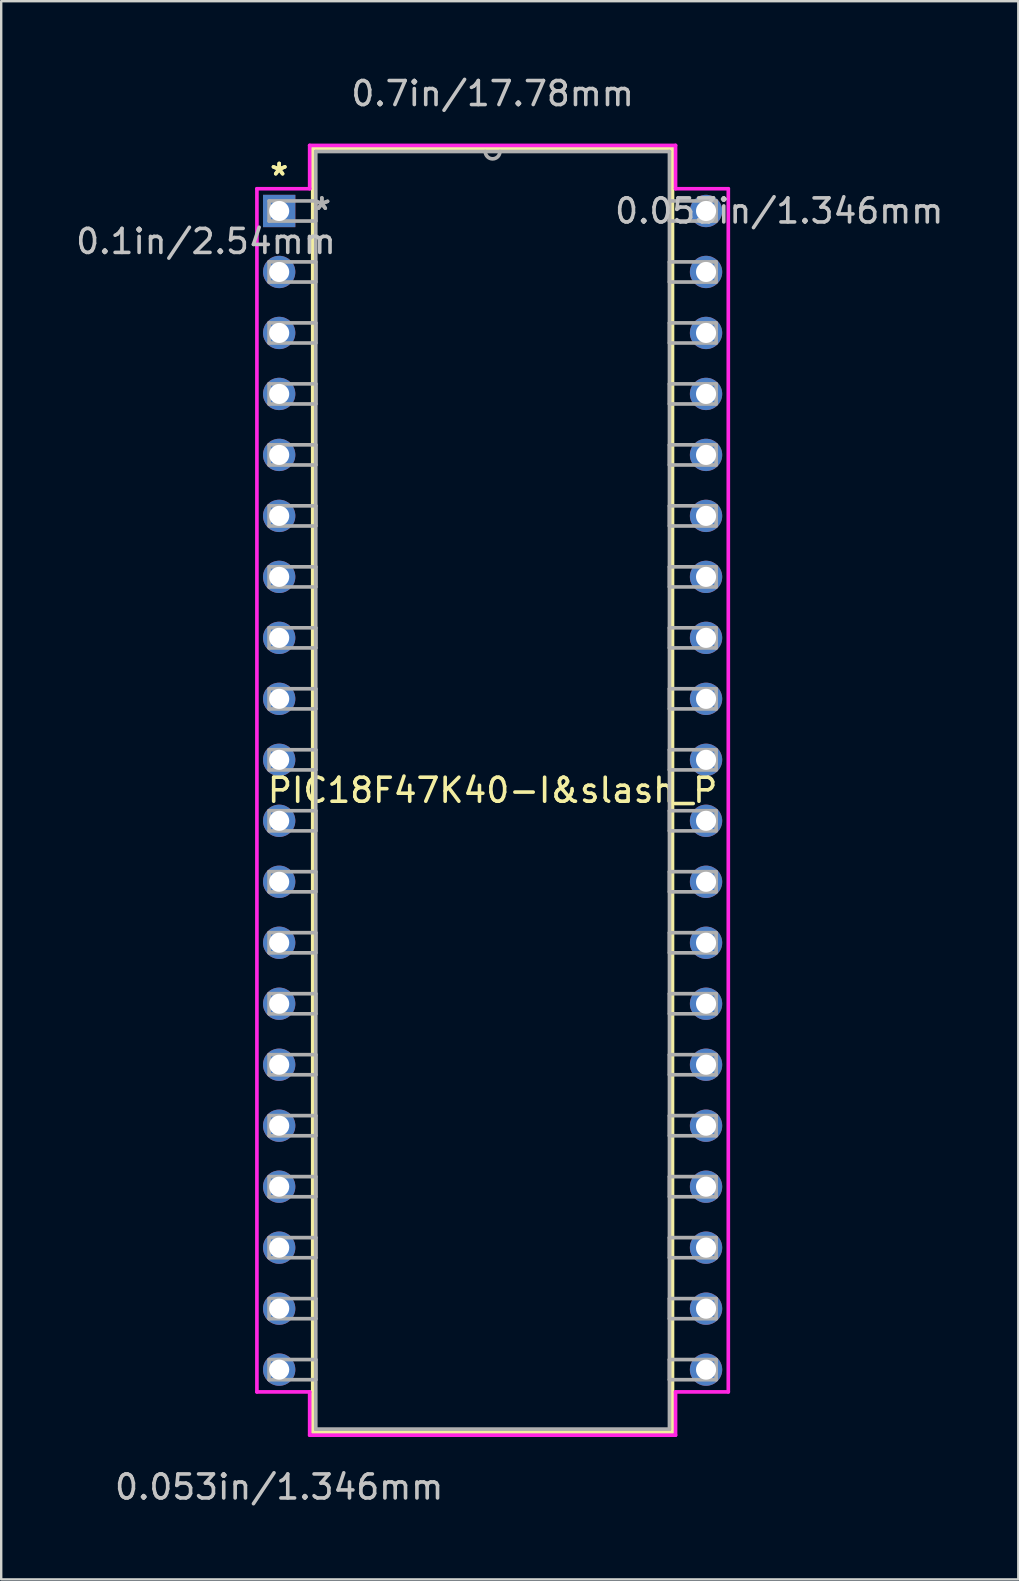
<source format=kicad_pcb>
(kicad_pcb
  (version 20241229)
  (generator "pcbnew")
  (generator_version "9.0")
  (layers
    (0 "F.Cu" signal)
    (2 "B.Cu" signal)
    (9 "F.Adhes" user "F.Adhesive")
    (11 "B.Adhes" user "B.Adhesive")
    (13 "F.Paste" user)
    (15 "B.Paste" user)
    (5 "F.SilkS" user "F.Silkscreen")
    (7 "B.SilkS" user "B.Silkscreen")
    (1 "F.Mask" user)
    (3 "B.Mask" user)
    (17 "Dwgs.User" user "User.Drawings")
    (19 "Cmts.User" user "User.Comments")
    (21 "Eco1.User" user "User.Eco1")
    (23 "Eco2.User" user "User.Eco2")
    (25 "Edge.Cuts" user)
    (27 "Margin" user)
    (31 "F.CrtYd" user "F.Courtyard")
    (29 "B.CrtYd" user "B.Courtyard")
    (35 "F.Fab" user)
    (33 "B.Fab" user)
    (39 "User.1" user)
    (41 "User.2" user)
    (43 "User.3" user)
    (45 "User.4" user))
  (footprint "PIC18F47K40-I&slash_P"
    (layer "F.Cu")
    (at 8.578 5.738)
    (property "Reference" "PIC18F47K40-I&slash_P" (at 8.89 24.13 0) (layer "F.SilkS") (effects (font (size 1 1) (thickness 0.15))))
    (attr through_hole)
    (fp_line (start 1.397 -2.603) (end 1.397 50.864) (stroke (width 0.152) (type solid)) (layer "F.SilkS"))
    (fp_line (start 1.397 50.864) (end 16.383 50.864) (stroke (width 0.152) (type solid)) (layer "F.SilkS"))
    (fp_line (start 16.383 -2.603) (end 1.397 -2.603) (stroke (width 0.152) (type solid)) (layer "F.SilkS"))
    (fp_line (start 16.383 50.864) (end 16.383 -2.603) (stroke (width 0.152) (type solid)) (layer "F.SilkS"))
    (fp_line (start -0.927 -0.927) (end -0.927 49.187) (stroke (width 0.152) (type solid)) (layer "F.CrtYd"))
    (fp_line (start -0.927 49.187) (end 1.27 49.187) (stroke (width 0.152) (type solid)) (layer "F.CrtYd"))
    (fp_line (start 1.27 -2.731) (end 1.27 -0.927) (stroke (width 0.152) (type solid)) (layer "F.CrtYd"))
    (fp_line (start 1.27 -0.927) (end -0.927 -0.927) (stroke (width 0.152) (type solid)) (layer "F.CrtYd"))
    (fp_line (start 1.27 49.187) (end 1.27 50.99) (stroke (width 0.152) (type solid)) (layer "F.CrtYd"))
    (fp_line (start 1.27 50.99) (end 16.51 50.99) (stroke (width 0.152) (type solid)) (layer "F.CrtYd"))
    (fp_line (start 16.51 -2.731) (end 1.27 -2.731) (stroke (width 0.152) (type solid)) (layer "F.CrtYd"))
    (fp_line (start 16.51 -0.927) (end 16.51 -2.731) (stroke (width 0.152) (type solid)) (layer "F.CrtYd"))
    (fp_line (start 16.51 49.187) (end 18.707 49.187) (stroke (width 0.152) (type solid)) (layer "F.CrtYd"))
    (fp_line (start 16.51 50.99) (end 16.51 49.187) (stroke (width 0.152) (type solid)) (layer "F.CrtYd"))
    (fp_line (start 18.707 -0.927) (end 16.51 -0.927) (stroke (width 0.152) (type solid)) (layer "F.CrtYd"))
    (fp_line (start 18.707 49.187) (end 18.707 -0.927) (stroke (width 0.152) (type solid)) (layer "F.CrtYd"))
    (fp_line (start -0.419 -0.419) (end -0.419 0.419) (stroke (width 0.152) (type solid)) (layer "F.Fab"))
    (fp_line (start -0.419 0.419) (end 1.524 0.419) (stroke (width 0.152) (type solid)) (layer "F.Fab"))
    (fp_line (start -0.419 2.121) (end -0.419 2.959) (stroke (width 0.152) (type solid)) (layer "F.Fab"))
    (fp_line (start -0.419 2.959) (end 1.524 2.959) (stroke (width 0.152) (type solid)) (layer "F.Fab"))
    (fp_line (start -0.419 4.661) (end -0.419 5.499) (stroke (width 0.152) (type solid)) (layer "F.Fab"))
    (fp_line (start -0.419 5.499) (end 1.524 5.499) (stroke (width 0.152) (type solid)) (layer "F.Fab"))
    (fp_line (start -0.419 7.201) (end -0.419 8.039) (stroke (width 0.152) (type solid)) (layer "F.Fab"))
    (fp_line (start -0.419 8.039) (end 1.524 8.039) (stroke (width 0.152) (type solid)) (layer "F.Fab"))
    (fp_line (start -0.419 9.741) (end -0.419 10.579) (stroke (width 0.152) (type solid)) (layer "F.Fab"))
    (fp_line (start -0.419 10.579) (end 1.524 10.579) (stroke (width 0.152) (type solid)) (layer "F.Fab"))
    (fp_line (start -0.419 12.281) (end -0.419 13.119) (stroke (width 0.152) (type solid)) (layer "F.Fab"))
    (fp_line (start -0.419 13.119) (end 1.524 13.119) (stroke (width 0.152) (type solid)) (layer "F.Fab"))
    (fp_line (start -0.419 14.821) (end -0.419 15.659) (stroke (width 0.152) (type solid)) (layer "F.Fab"))
    (fp_line (start -0.419 15.659) (end 1.524 15.659) (stroke (width 0.152) (type solid)) (layer "F.Fab"))
    (fp_line (start -0.419 17.361) (end -0.419 18.199) (stroke (width 0.152) (type solid)) (layer "F.Fab"))
    (fp_line (start -0.419 18.199) (end 1.524 18.199) (stroke (width 0.152) (type solid)) (layer "F.Fab"))
    (fp_line (start -0.419 19.901) (end -0.419 20.739) (stroke (width 0.152) (type solid)) (layer "F.Fab"))
    (fp_line (start -0.419 20.739) (end 1.524 20.739) (stroke (width 0.152) (type solid)) (layer "F.Fab"))
    (fp_line (start -0.419 22.441) (end -0.419 23.279) (stroke (width 0.152) (type solid)) (layer "F.Fab"))
    (fp_line (start -0.419 23.279) (end 1.524 23.279) (stroke (width 0.152) (type solid)) (layer "F.Fab"))
    (fp_line (start -0.419 24.981) (end -0.419 25.819) (stroke (width 0.152) (type solid)) (layer "F.Fab"))
    (fp_line (start -0.419 25.819) (end 1.524 25.819) (stroke (width 0.152) (type solid)) (layer "F.Fab"))
    (fp_line (start -0.419 27.521) (end -0.419 28.359) (stroke (width 0.152) (type solid)) (layer "F.Fab"))
    (fp_line (start -0.419 28.359) (end 1.524 28.359) (stroke (width 0.152) (type solid)) (layer "F.Fab"))
    (fp_line (start -0.419 30.061) (end -0.419 30.899) (stroke (width 0.152) (type solid)) (layer "F.Fab"))
    (fp_line (start -0.419 30.899) (end 1.524 30.899) (stroke (width 0.152) (type solid)) (layer "F.Fab"))
    (fp_line (start -0.419 32.601) (end -0.419 33.439) (stroke (width 0.152) (type solid)) (layer "F.Fab"))
    (fp_line (start -0.419 33.439) (end 1.524 33.439) (stroke (width 0.152) (type solid)) (layer "F.Fab"))
    (fp_line (start -0.419 35.141) (end -0.419 35.979) (stroke (width 0.152) (type solid)) (layer "F.Fab"))
    (fp_line (start -0.419 35.979) (end 1.524 35.979) (stroke (width 0.152) (type solid)) (layer "F.Fab"))
    (fp_line (start -0.419 37.681) (end -0.419 38.519) (stroke (width 0.152) (type solid)) (layer "F.Fab"))
    (fp_line (start -0.419 38.519) (end 1.524 38.519) (stroke (width 0.152) (type solid)) (layer "F.Fab"))
    (fp_line (start -0.419 40.221) (end -0.419 41.059) (stroke (width 0.152) (type solid)) (layer "F.Fab"))
    (fp_line (start -0.419 41.059) (end 1.524 41.059) (stroke (width 0.152) (type solid)) (layer "F.Fab"))
    (fp_line (start -0.419 42.761) (end -0.419 43.599) (stroke (width 0.152) (type solid)) (layer "F.Fab"))
    (fp_line (start -0.419 43.599) (end 1.524 43.599) (stroke (width 0.152) (type solid)) (layer "F.Fab"))
    (fp_line (start -0.419 45.301) (end -0.419 46.139) (stroke (width 0.152) (type solid)) (layer "F.Fab"))
    (fp_line (start -0.419 46.139) (end 1.524 46.139) (stroke (width 0.152) (type solid)) (layer "F.Fab"))
    (fp_line (start -0.419 47.841) (end -0.419 48.679) (stroke (width 0.152) (type solid)) (layer "F.Fab"))
    (fp_line (start -0.419 48.679) (end 1.524 48.679) (stroke (width 0.152) (type solid)) (layer "F.Fab"))
    (fp_line (start 1.524 -2.477) (end 1.524 50.736) (stroke (width 0.152) (type solid)) (layer "F.Fab"))
    (fp_line (start 1.524 -0.419) (end -0.419 -0.419) (stroke (width 0.152) (type solid)) (layer "F.Fab"))
    (fp_line (start 1.524 0.419) (end 1.524 -0.419) (stroke (width 0.152) (type solid)) (layer "F.Fab"))
    (fp_line (start 1.524 2.121) (end -0.419 2.121) (stroke (width 0.152) (type solid)) (layer "F.Fab"))
    (fp_line (start 1.524 2.959) (end 1.524 2.121) (stroke (width 0.152) (type solid)) (layer "F.Fab"))
    (fp_line (start 1.524 4.661) (end -0.419 4.661) (stroke (width 0.152) (type solid)) (layer "F.Fab"))
    (fp_line (start 1.524 5.499) (end 1.524 4.661) (stroke (width 0.152) (type solid)) (layer "F.Fab"))
    (fp_line (start 1.524 7.201) (end -0.419 7.201) (stroke (width 0.152) (type solid)) (layer "F.Fab"))
    (fp_line (start 1.524 8.039) (end 1.524 7.201) (stroke (width 0.152) (type solid)) (layer "F.Fab"))
    (fp_line (start 1.524 9.741) (end -0.419 9.741) (stroke (width 0.152) (type solid)) (layer "F.Fab"))
    (fp_line (start 1.524 10.579) (end 1.524 9.741) (stroke (width 0.152) (type solid)) (layer "F.Fab"))
    (fp_line (start 1.524 12.281) (end -0.419 12.281) (stroke (width 0.152) (type solid)) (layer "F.Fab"))
    (fp_line (start 1.524 13.119) (end 1.524 12.281) (stroke (width 0.152) (type solid)) (layer "F.Fab"))
    (fp_line (start 1.524 14.821) (end -0.419 14.821) (stroke (width 0.152) (type solid)) (layer "F.Fab"))
    (fp_line (start 1.524 15.659) (end 1.524 14.821) (stroke (width 0.152) (type solid)) (layer "F.Fab"))
    (fp_line (start 1.524 17.361) (end -0.419 17.361) (stroke (width 0.152) (type solid)) (layer "F.Fab"))
    (fp_line (start 1.524 18.199) (end 1.524 17.361) (stroke (width 0.152) (type solid)) (layer "F.Fab"))
    (fp_line (start 1.524 19.901) (end -0.419 19.901) (stroke (width 0.152) (type solid)) (layer "F.Fab"))
    (fp_line (start 1.524 20.739) (end 1.524 19.901) (stroke (width 0.152) (type solid)) (layer "F.Fab"))
    (fp_line (start 1.524 22.441) (end -0.419 22.441) (stroke (width 0.152) (type solid)) (layer "F.Fab"))
    (fp_line (start 1.524 23.279) (end 1.524 22.441) (stroke (width 0.152) (type solid)) (layer "F.Fab"))
    (fp_line (start 1.524 24.981) (end -0.419 24.981) (stroke (width 0.152) (type solid)) (layer "F.Fab"))
    (fp_line (start 1.524 25.819) (end 1.524 24.981) (stroke (width 0.152) (type solid)) (layer "F.Fab"))
    (fp_line (start 1.524 27.521) (end -0.419 27.521) (stroke (width 0.152) (type solid)) (layer "F.Fab"))
    (fp_line (start 1.524 28.359) (end 1.524 27.521) (stroke (width 0.152) (type solid)) (layer "F.Fab"))
    (fp_line (start 1.524 30.061) (end -0.419 30.061) (stroke (width 0.152) (type solid)) (layer "F.Fab"))
    (fp_line (start 1.524 30.899) (end 1.524 30.061) (stroke (width 0.152) (type solid)) (layer "F.Fab"))
    (fp_line (start 1.524 32.601) (end -0.419 32.601) (stroke (width 0.152) (type solid)) (layer "F.Fab"))
    (fp_line (start 1.524 33.439) (end 1.524 32.601) (stroke (width 0.152) (type solid)) (layer "F.Fab"))
    (fp_line (start 1.524 35.141) (end -0.419 35.141) (stroke (width 0.152) (type solid)) (layer "F.Fab"))
    (fp_line (start 1.524 35.979) (end 1.524 35.141) (stroke (width 0.152) (type solid)) (layer "F.Fab"))
    (fp_line (start 1.524 37.681) (end -0.419 37.681) (stroke (width 0.152) (type solid)) (layer "F.Fab"))
    (fp_line (start 1.524 38.519) (end 1.524 37.681) (stroke (width 0.152) (type solid)) (layer "F.Fab"))
    (fp_line (start 1.524 40.221) (end -0.419 40.221) (stroke (width 0.152) (type solid)) (layer "F.Fab"))
    (fp_line (start 1.524 41.059) (end 1.524 40.221) (stroke (width 0.152) (type solid)) (layer "F.Fab"))
    (fp_line (start 1.524 42.761) (end -0.419 42.761) (stroke (width 0.152) (type solid)) (layer "F.Fab"))
    (fp_line (start 1.524 43.599) (end 1.524 42.761) (stroke (width 0.152) (type solid)) (layer "F.Fab"))
    (fp_line (start 1.524 45.301) (end -0.419 45.301) (stroke (width 0.152) (type solid)) (layer "F.Fab"))
    (fp_line (start 1.524 46.139) (end 1.524 45.301) (stroke (width 0.152) (type solid)) (layer "F.Fab"))
    (fp_line (start 1.524 47.841) (end -0.419 47.841) (stroke (width 0.152) (type solid)) (layer "F.Fab"))
    (fp_line (start 1.524 48.679) (end 1.524 47.841) (stroke (width 0.152) (type solid)) (layer "F.Fab"))
    (fp_line (start 1.524 50.736) (end 16.256 50.736) (stroke (width 0.152) (type solid)) (layer "F.Fab"))
    (fp_line (start 16.256 -2.477) (end 1.524 -2.477) (stroke (width 0.152) (type solid)) (layer "F.Fab"))
    (fp_line (start 16.256 -0.419) (end 16.256 0.419) (stroke (width 0.152) (type solid)) (layer "F.Fab"))
    (fp_line (start 16.256 0.419) (end 18.199 0.419) (stroke (width 0.152) (type solid)) (layer "F.Fab"))
    (fp_line (start 16.256 2.121) (end 16.256 2.959) (stroke (width 0.152) (type solid)) (layer "F.Fab"))
    (fp_line (start 16.256 2.959) (end 18.199 2.959) (stroke (width 0.152) (type solid)) (layer "F.Fab"))
    (fp_line (start 16.256 4.661) (end 16.256 5.499) (stroke (width 0.152) (type solid)) (layer "F.Fab"))
    (fp_line (start 16.256 5.499) (end 18.199 5.499) (stroke (width 0.152) (type solid)) (layer "F.Fab"))
    (fp_line (start 16.256 7.201) (end 16.256 8.039) (stroke (width 0.152) (type solid)) (layer "F.Fab"))
    (fp_line (start 16.256 8.039) (end 18.199 8.039) (stroke (width 0.152) (type solid)) (layer "F.Fab"))
    (fp_line (start 16.256 9.741) (end 16.256 10.579) (stroke (width 0.152) (type solid)) (layer "F.Fab"))
    (fp_line (start 16.256 10.579) (end 18.199 10.579) (stroke (width 0.152) (type solid)) (layer "F.Fab"))
    (fp_line (start 16.256 12.281) (end 16.256 13.119) (stroke (width 0.152) (type solid)) (layer "F.Fab"))
    (fp_line (start 16.256 13.119) (end 18.199 13.119) (stroke (width 0.152) (type solid)) (layer "F.Fab"))
    (fp_line (start 16.256 14.821) (end 16.256 15.659) (stroke (width 0.152) (type solid)) (layer "F.Fab"))
    (fp_line (start 16.256 15.659) (end 18.199 15.659) (stroke (width 0.152) (type solid)) (layer "F.Fab"))
    (fp_line (start 16.256 17.361) (end 16.256 18.199) (stroke (width 0.152) (type solid)) (layer "F.Fab"))
    (fp_line (start 16.256 18.199) (end 18.199 18.199) (stroke (width 0.152) (type solid)) (layer "F.Fab"))
    (fp_line (start 16.256 19.901) (end 16.256 20.739) (stroke (width 0.152) (type solid)) (layer "F.Fab"))
    (fp_line (start 16.256 20.739) (end 18.199 20.739) (stroke (width 0.152) (type solid)) (layer "F.Fab"))
    (fp_line (start 16.256 22.441) (end 16.256 23.279) (stroke (width 0.152) (type solid)) (layer "F.Fab"))
    (fp_line (start 16.256 23.279) (end 18.199 23.279) (stroke (width 0.152) (type solid)) (layer "F.Fab"))
    (fp_line (start 16.256 24.981) (end 16.256 25.819) (stroke (width 0.152) (type solid)) (layer "F.Fab"))
    (fp_line (start 16.256 25.819) (end 18.199 25.819) (stroke (width 0.152) (type solid)) (layer "F.Fab"))
    (fp_line (start 16.256 27.521) (end 16.256 28.359) (stroke (width 0.152) (type solid)) (layer "F.Fab"))
    (fp_line (start 16.256 28.359) (end 18.199 28.359) (stroke (width 0.152) (type solid)) (layer "F.Fab"))
    (fp_line (start 16.256 30.061) (end 16.256 30.899) (stroke (width 0.152) (type solid)) (layer "F.Fab"))
    (fp_line (start 16.256 30.899) (end 18.199 30.899) (stroke (width 0.152) (type solid)) (layer "F.Fab"))
    (fp_line (start 16.256 32.601) (end 16.256 33.439) (stroke (width 0.152) (type solid)) (layer "F.Fab"))
    (fp_line (start 16.256 33.439) (end 18.199 33.439) (stroke (width 0.152) (type solid)) (layer "F.Fab"))
    (fp_line (start 16.256 35.141) (end 16.256 35.979) (stroke (width 0.152) (type solid)) (layer "F.Fab"))
    (fp_line (start 16.256 35.979) (end 18.199 35.979) (stroke (width 0.152) (type solid)) (layer "F.Fab"))
    (fp_line (start 16.256 37.681) (end 16.256 38.519) (stroke (width 0.152) (type solid)) (layer "F.Fab"))
    (fp_line (start 16.256 38.519) (end 18.199 38.519) (stroke (width 0.152) (type solid)) (layer "F.Fab"))
    (fp_line (start 16.256 40.221) (end 16.256 41.059) (stroke (width 0.152) (type solid)) (layer "F.Fab"))
    (fp_line (start 16.256 41.059) (end 18.199 41.059) (stroke (width 0.152) (type solid)) (layer "F.Fab"))
    (fp_line (start 16.256 42.761) (end 16.256 43.599) (stroke (width 0.152) (type solid)) (layer "F.Fab"))
    (fp_line (start 16.256 43.599) (end 18.199 43.599) (stroke (width 0.152) (type solid)) (layer "F.Fab"))
    (fp_line (start 16.256 45.301) (end 16.256 46.139) (stroke (width 0.152) (type solid)) (layer "F.Fab"))
    (fp_line (start 16.256 46.139) (end 18.199 46.139) (stroke (width 0.152) (type solid)) (layer "F.Fab"))
    (fp_line (start 16.256 47.841) (end 16.256 48.679) (stroke (width 0.152) (type solid)) (layer "F.Fab"))
    (fp_line (start 16.256 48.679) (end 18.199 48.679) (stroke (width 0.152) (type solid)) (layer "F.Fab"))
    (fp_line (start 16.256 50.736) (end 16.256 -2.477) (stroke (width 0.152) (type solid)) (layer "F.Fab"))
    (fp_line (start 18.199 -0.419) (end 16.256 -0.419) (stroke (width 0.152) (type solid)) (layer "F.Fab"))
    (fp_line (start 18.199 0.419) (end 18.199 -0.419) (stroke (width 0.152) (type solid)) (layer "F.Fab"))
    (fp_line (start 18.199 2.121) (end 16.256 2.121) (stroke (width 0.152) (type solid)) (layer "F.Fab"))
    (fp_line (start 18.199 2.959) (end 18.199 2.121) (stroke (width 0.152) (type solid)) (layer "F.Fab"))
    (fp_line (start 18.199 4.661) (end 16.256 4.661) (stroke (width 0.152) (type solid)) (layer "F.Fab"))
    (fp_line (start 18.199 5.499) (end 18.199 4.661) (stroke (width 0.152) (type solid)) (layer "F.Fab"))
    (fp_line (start 18.199 7.201) (end 16.256 7.201) (stroke (width 0.152) (type solid)) (layer "F.Fab"))
    (fp_line (start 18.199 8.039) (end 18.199 7.201) (stroke (width 0.152) (type solid)) (layer "F.Fab"))
    (fp_line (start 18.199 9.741) (end 16.256 9.741) (stroke (width 0.152) (type solid)) (layer "F.Fab"))
    (fp_line (start 18.199 10.579) (end 18.199 9.741) (stroke (width 0.152) (type solid)) (layer "F.Fab"))
    (fp_line (start 18.199 12.281) (end 16.256 12.281) (stroke (width 0.152) (type solid)) (layer "F.Fab"))
    (fp_line (start 18.199 13.119) (end 18.199 12.281) (stroke (width 0.152) (type solid)) (layer "F.Fab"))
    (fp_line (start 18.199 14.821) (end 16.256 14.821) (stroke (width 0.152) (type solid)) (layer "F.Fab"))
    (fp_line (start 18.199 15.659) (end 18.199 14.821) (stroke (width 0.152) (type solid)) (layer "F.Fab"))
    (fp_line (start 18.199 17.361) (end 16.256 17.361) (stroke (width 0.152) (type solid)) (layer "F.Fab"))
    (fp_line (start 18.199 18.199) (end 18.199 17.361) (stroke (width 0.152) (type solid)) (layer "F.Fab"))
    (fp_line (start 18.199 19.901) (end 16.256 19.901) (stroke (width 0.152) (type solid)) (layer "F.Fab"))
    (fp_line (start 18.199 20.739) (end 18.199 19.901) (stroke (width 0.152) (type solid)) (layer "F.Fab"))
    (fp_line (start 18.199 22.441) (end 16.256 22.441) (stroke (width 0.152) (type solid)) (layer "F.Fab"))
    (fp_line (start 18.199 23.279) (end 18.199 22.441) (stroke (width 0.152) (type solid)) (layer "F.Fab"))
    (fp_line (start 18.199 24.981) (end 16.256 24.981) (stroke (width 0.152) (type solid)) (layer "F.Fab"))
    (fp_line (start 18.199 25.819) (end 18.199 24.981) (stroke (width 0.152) (type solid)) (layer "F.Fab"))
    (fp_line (start 18.199 27.521) (end 16.256 27.521) (stroke (width 0.152) (type solid)) (layer "F.Fab"))
    (fp_line (start 18.199 28.359) (end 18.199 27.521) (stroke (width 0.152) (type solid)) (layer "F.Fab"))
    (fp_line (start 18.199 30.061) (end 16.256 30.061) (stroke (width 0.152) (type solid)) (layer "F.Fab"))
    (fp_line (start 18.199 30.899) (end 18.199 30.061) (stroke (width 0.152) (type solid)) (layer "F.Fab"))
    (fp_line (start 18.199 32.601) (end 16.256 32.601) (stroke (width 0.152) (type solid)) (layer "F.Fab"))
    (fp_line (start 18.199 33.439) (end 18.199 32.601) (stroke (width 0.152) (type solid)) (layer "F.Fab"))
    (fp_line (start 18.199 35.141) (end 16.256 35.141) (stroke (width 0.152) (type solid)) (layer "F.Fab"))
    (fp_line (start 18.199 35.979) (end 18.199 35.141) (stroke (width 0.152) (type solid)) (layer "F.Fab"))
    (fp_line (start 18.199 37.681) (end 16.256 37.681) (stroke (width 0.152) (type solid)) (layer "F.Fab"))
    (fp_line (start 18.199 38.519) (end 18.199 37.681) (stroke (width 0.152) (type solid)) (layer "F.Fab"))
    (fp_line (start 18.199 40.221) (end 16.256 40.221) (stroke (width 0.152) (type solid)) (layer "F.Fab"))
    (fp_line (start 18.199 41.059) (end 18.199 40.221) (stroke (width 0.152) (type solid)) (layer "F.Fab"))
    (fp_line (start 18.199 42.761) (end 16.256 42.761) (stroke (width 0.152) (type solid)) (layer "F.Fab"))
    (fp_line (start 18.199 43.599) (end 18.199 42.761) (stroke (width 0.152) (type solid)) (layer "F.Fab"))
    (fp_line (start 18.199 45.301) (end 16.256 45.301) (stroke (width 0.152) (type solid)) (layer "F.Fab"))
    (fp_line (start 18.199 46.139) (end 18.199 45.301) (stroke (width 0.152) (type solid)) (layer "F.Fab"))
    (fp_line (start 18.199 47.841) (end 16.256 47.841) (stroke (width 0.152) (type solid)) (layer "F.Fab"))
    (fp_line (start 18.199 48.679) (end 18.199 47.841) (stroke (width 0.152) (type solid)) (layer "F.Fab"))
    (fp_arc (start 9.1948 -2.4765) (mid 8.89 -2.1717) (end 8.5852 -2.4765) (stroke (width 0.1524) (type solid)) (layer "F.Fab"))
    (fp_text user "*" (at 0 -1.435 0) (layer "F.SilkS") (effects (font (size 1 1) (thickness 0.15))))
    (fp_text user "*" (at 0 -1.435 0) (layer "F.SilkS") (effects (font (size 1 1) (thickness 0.15))))
    (fp_text user "0.1in/2.54mm" (at -3.048 1.27 0) (layer "Dwgs.User") (effects (font (size 1 1) (thickness 0.15))))
    (fp_text user "0.7in/17.78mm" (at 8.89 -4.889 0) (layer "Dwgs.User") (effects (font (size 1 1) (thickness 0.15))))
    (fp_text user "0.053in/1.346mm" (at 0 53.15 0) (layer "Dwgs.User") (effects (font (size 1 1) (thickness 0.15))))
    (fp_text user "0.053in/1.346mm" (at 20.828 0 0) (layer "Dwgs.User") (effects (font (size 1 1) (thickness 0.15))))
    (fp_text user "Copyright 2016 Accelerated Designs. All rights reserved." (at 0 0 0) (layer "Cmts.User") (effects (font (size 0.127 0.127) (thickness 0.002))))
    (fp_text user "*" (at 1.778 0 0) (layer "F.Fab") (effects (font (size 1 1) (thickness 0.15))))
    (fp_text user "*" (at 1.778 0 0) (layer "F.Fab") (effects (font (size 1 1) (thickness 0.15))))
    (pad "1" thru_hole rect (at 0 0) (size 1.346 1.346) (drill 0.838) (layers "*.Cu" "*.Mask"))
    (pad "2" thru_hole circle (at 0 2.54) (size 1.346 1.346) (drill 0.838) (layers "*.Cu" "*.Mask"))
    (pad "3" thru_hole circle (at 0 5.08) (size 1.346 1.346) (drill 0.838) (layers "*.Cu" "*.Mask"))
    (pad "4" thru_hole circle (at 0 7.62) (size 1.346 1.346) (drill 0.838) (layers "*.Cu" "*.Mask"))
    (pad "5" thru_hole circle (at 0 10.16) (size 1.346 1.346) (drill 0.838) (layers "*.Cu" "*.Mask"))
    (pad "6" thru_hole circle (at 0 12.7) (size 1.346 1.346) (drill 0.838) (layers "*.Cu" "*.Mask"))
    (pad "7" thru_hole circle (at 0 15.24) (size 1.346 1.346) (drill 0.838) (layers "*.Cu" "*.Mask"))
    (pad "8" thru_hole circle (at 0 17.78) (size 1.346 1.346) (drill 0.838) (layers "*.Cu" "*.Mask"))
    (pad "9" thru_hole circle (at 0 20.32) (size 1.346 1.346) (drill 0.838) (layers "*.Cu" "*.Mask"))
    (pad "10" thru_hole circle (at 0 22.86) (size 1.346 1.346) (drill 0.838) (layers "*.Cu" "*.Mask"))
    (pad "11" thru_hole circle (at 0 25.4) (size 1.346 1.346) (drill 0.838) (layers "*.Cu" "*.Mask"))
    (pad "12" thru_hole circle (at 0 27.94) (size 1.346 1.346) (drill 0.838) (layers "*.Cu" "*.Mask"))
    (pad "13" thru_hole circle (at 0 30.48) (size 1.346 1.346) (drill 0.838) (layers "*.Cu" "*.Mask"))
    (pad "14" thru_hole circle (at 0 33.02) (size 1.346 1.346) (drill 0.838) (layers "*.Cu" "*.Mask"))
    (pad "15" thru_hole circle (at 0 35.56) (size 1.346 1.346) (drill 0.838) (layers "*.Cu" "*.Mask"))
    (pad "16" thru_hole circle (at 0 38.1) (size 1.346 1.346) (drill 0.838) (layers "*.Cu" "*.Mask"))
    (pad "17" thru_hole circle (at 0 40.64) (size 1.346 1.346) (drill 0.838) (layers "*.Cu" "*.Mask"))
    (pad "18" thru_hole circle (at 0 43.18) (size 1.346 1.346) (drill 0.838) (layers "*.Cu" "*.Mask"))
    (pad "19" thru_hole circle (at 0 45.72) (size 1.346 1.346) (drill 0.838) (layers "*.Cu" "*.Mask"))
    (pad "20" thru_hole circle (at 0 48.26) (size 1.346 1.346) (drill 0.838) (layers "*.Cu" "*.Mask"))
    (pad "21" thru_hole circle (at 17.78 48.26) (size 1.346 1.346) (drill 0.838) (layers "*.Cu" "*.Mask"))
    (pad "22" thru_hole circle (at 17.78 45.72) (size 1.346 1.346) (drill 0.838) (layers "*.Cu" "*.Mask"))
    (pad "23" thru_hole circle (at 17.78 43.18) (size 1.346 1.346) (drill 0.838) (layers "*.Cu" "*.Mask"))
    (pad "24" thru_hole circle (at 17.78 40.64) (size 1.346 1.346) (drill 0.838) (layers "*.Cu" "*.Mask"))
    (pad "25" thru_hole circle (at 17.78 38.1) (size 1.346 1.346) (drill 0.838) (layers "*.Cu" "*.Mask"))
    (pad "26" thru_hole circle (at 17.78 35.56) (size 1.346 1.346) (drill 0.838) (layers "*.Cu" "*.Mask"))
    (pad "27" thru_hole circle (at 17.78 33.02) (size 1.346 1.346) (drill 0.838) (layers "*.Cu" "*.Mask"))
    (pad "28" thru_hole circle (at 17.78 30.48) (size 1.346 1.346) (drill 0.838) (layers "*.Cu" "*.Mask"))
    (pad "29" thru_hole circle (at 17.78 27.94) (size 1.346 1.346) (drill 0.838) (layers "*.Cu" "*.Mask"))
    (pad "30" thru_hole circle (at 17.78 25.4) (size 1.346 1.346) (drill 0.838) (layers "*.Cu" "*.Mask"))
    (pad "31" thru_hole circle (at 17.78 22.86) (size 1.346 1.346) (drill 0.838) (layers "*.Cu" "*.Mask"))
    (pad "32" thru_hole circle (at 17.78 20.32) (size 1.346 1.346) (drill 0.838) (layers "*.Cu" "*.Mask"))
    (pad "33" thru_hole circle (at 17.78 17.78) (size 1.346 1.346) (drill 0.838) (layers "*.Cu" "*.Mask"))
    (pad "34" thru_hole circle (at 17.78 15.24) (size 1.346 1.346) (drill 0.838) (layers "*.Cu" "*.Mask"))
    (pad "35" thru_hole circle (at 17.78 12.7) (size 1.346 1.346) (drill 0.838) (layers "*.Cu" "*.Mask"))
    (pad "36" thru_hole circle (at 17.78 10.16) (size 1.346 1.346) (drill 0.838) (layers "*.Cu" "*.Mask"))
    (pad "37" thru_hole circle (at 17.78 7.62) (size 1.346 1.346) (drill 0.838) (layers "*.Cu" "*.Mask"))
    (pad "38" thru_hole circle (at 17.78 5.08) (size 1.346 1.346) (drill 0.838) (layers "*.Cu" "*.Mask"))
    (pad "39" thru_hole circle (at 17.78 2.54) (size 1.346 1.346) (drill 0.838) (layers "*.Cu" "*.Mask"))
    (pad "40" thru_hole circle (at 17.78 0) (size 1.346 1.346) (drill 0.838) (layers "*.Cu" "*.Mask")))
  (gr_rect
    (start -3 -3)
    (end 39.364 62.736)
    (stroke (width 0.1) (type default))
    (fill no)
    (layer "Edge.Cuts")))
</source>
